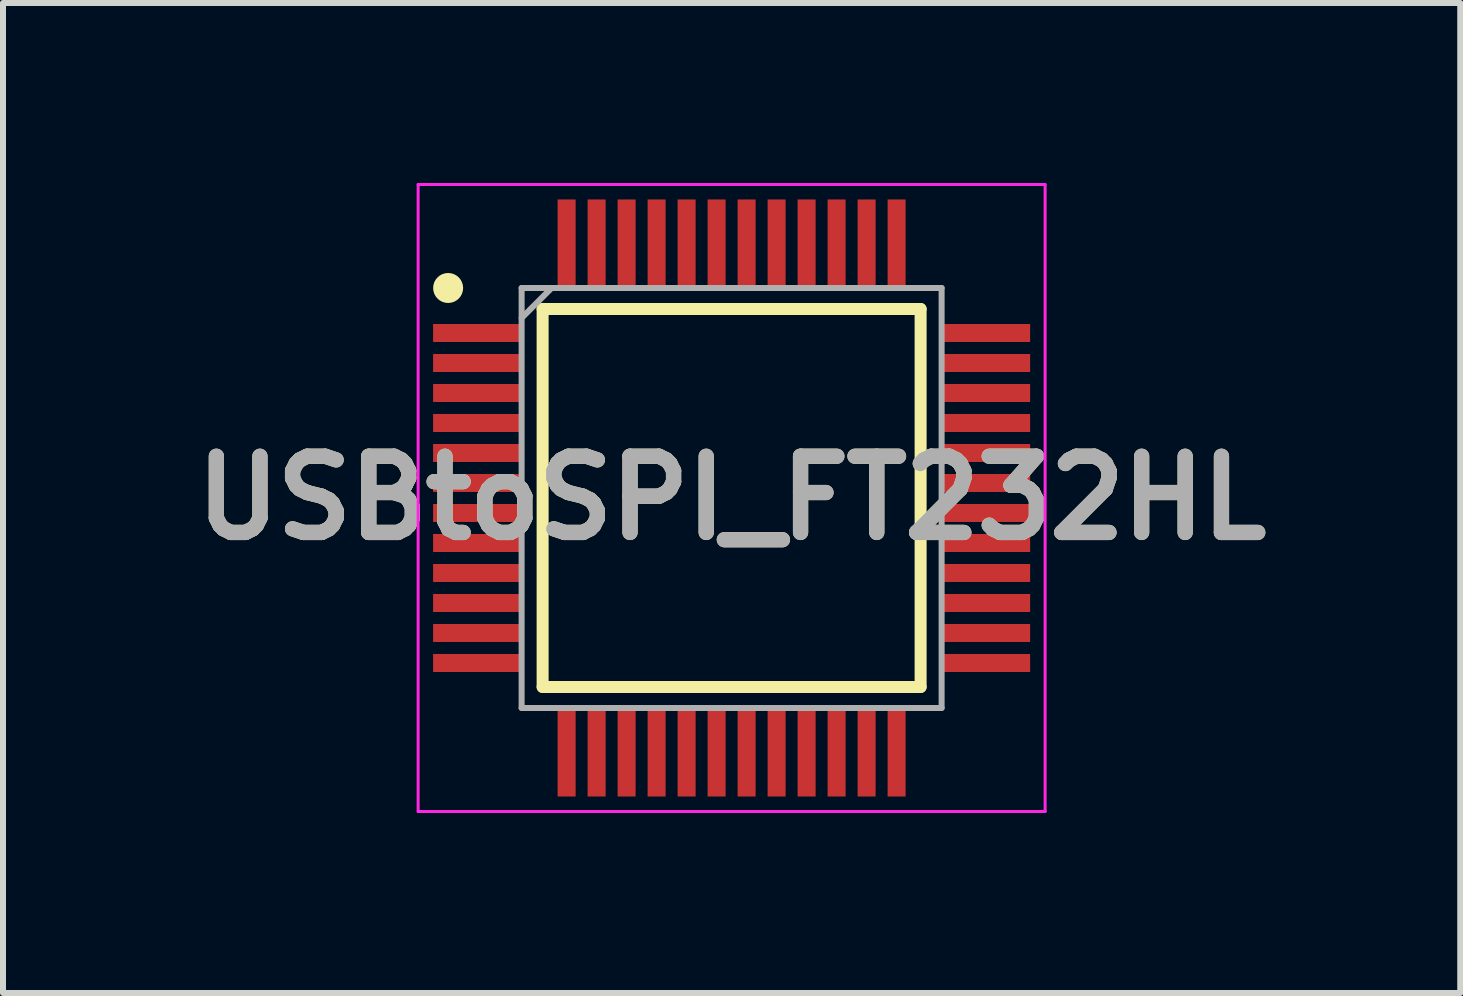
<source format=kicad_pcb>
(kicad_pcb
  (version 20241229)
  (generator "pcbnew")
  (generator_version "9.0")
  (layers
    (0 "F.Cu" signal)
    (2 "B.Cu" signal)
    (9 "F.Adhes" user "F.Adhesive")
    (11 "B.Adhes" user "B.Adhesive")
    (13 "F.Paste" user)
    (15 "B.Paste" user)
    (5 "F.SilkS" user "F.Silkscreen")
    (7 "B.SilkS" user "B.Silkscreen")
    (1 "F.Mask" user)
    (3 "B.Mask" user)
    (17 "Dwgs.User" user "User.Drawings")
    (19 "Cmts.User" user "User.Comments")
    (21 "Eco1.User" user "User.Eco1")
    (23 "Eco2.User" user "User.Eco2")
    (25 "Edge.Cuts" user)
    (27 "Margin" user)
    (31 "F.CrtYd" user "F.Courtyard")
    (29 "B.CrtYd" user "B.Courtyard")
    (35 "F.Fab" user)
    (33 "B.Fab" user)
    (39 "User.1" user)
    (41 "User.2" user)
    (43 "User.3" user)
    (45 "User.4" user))
  (footprint "USBtoSPI_FT232HL"
    (layer "F.Cu")
    (at 9.144 5.25)
    (property "Reference" "USBtoSPI_FT232HL" (at 0 0 0) (layer "F.SilkS") (effects (font (size 1.27 1.27) (thickness 0.254))))
    (attr smd)
    (fp_line (start -3.15 -3.15) (end 3.15 -3.15) (stroke (width 0.2) (type solid)) (layer "F.SilkS"))
    (fp_line (start -3.15 3.15) (end -3.15 -3.15) (stroke (width 0.2) (type solid)) (layer "F.SilkS"))
    (fp_line (start 3.15 -3.15) (end 3.15 3.15) (stroke (width 0.2) (type solid)) (layer "F.SilkS"))
    (fp_line (start 3.15 3.15) (end -3.15 3.15) (stroke (width 0.2) (type solid)) (layer "F.SilkS"))
    (fp_circle (center -4.725 -3.5) (end -4.725 -3.375) (stroke (width 0.25) (type solid)) (fill no) (layer "F.SilkS"))
    (fp_line (start -5.225 -5.225) (end 5.225 -5.225) (stroke (width 0.05) (type solid)) (layer "F.CrtYd"))
    (fp_line (start -5.225 5.225) (end -5.225 -5.225) (stroke (width 0.05) (type solid)) (layer "F.CrtYd"))
    (fp_line (start 5.225 -5.225) (end 5.225 5.225) (stroke (width 0.05) (type solid)) (layer "F.CrtYd"))
    (fp_line (start 5.225 5.225) (end -5.225 5.225) (stroke (width 0.05) (type solid)) (layer "F.CrtYd"))
    (fp_line (start -3.5 -3.5) (end 3.5 -3.5) (stroke (width 0.1) (type solid)) (layer "F.Fab"))
    (fp_line (start -3.5 -3) (end -3 -3.5) (stroke (width 0.1) (type solid)) (layer "F.Fab"))
    (fp_line (start -3.5 3.5) (end -3.5 -3.5) (stroke (width 0.1) (type solid)) (layer "F.Fab"))
    (fp_line (start 3.5 -3.5) (end 3.5 3.5) (stroke (width 0.1) (type solid)) (layer "F.Fab"))
    (fp_line (start 3.5 3.5) (end -3.5 3.5) (stroke (width 0.1) (type solid)) (layer "F.Fab"))
    (fp_text user "${REFERENCE}" (at 0 0 0) (layer "F.Fab") (effects (font (size 1.27 1.27) (thickness 0.254))))
    (pad "1" smd rect (at -4.238 -2.75 90) (size 0.3 1.475) (layers "F.Cu" "F.Mask" "F.Paste"))
    (pad "2" smd rect (at -4.238 -2.25 90) (size 0.3 1.475) (layers "F.Cu" "F.Mask" "F.Paste"))
    (pad "3" smd rect (at -4.238 -1.75 90) (size 0.3 1.475) (layers "F.Cu" "F.Mask" "F.Paste"))
    (pad "4" smd rect (at -4.238 -1.25 90) (size 0.3 1.475) (layers "F.Cu" "F.Mask" "F.Paste"))
    (pad "5" smd rect (at -4.238 -0.75 90) (size 0.3 1.475) (layers "F.Cu" "F.Mask" "F.Paste"))
    (pad "6" smd rect (at -4.238 -0.25 90) (size 0.3 1.475) (layers "F.Cu" "F.Mask" "F.Paste"))
    (pad "7" smd rect (at -4.238 0.25 90) (size 0.3 1.475) (layers "F.Cu" "F.Mask" "F.Paste"))
    (pad "8" smd rect (at -4.238 0.75 90) (size 0.3 1.475) (layers "F.Cu" "F.Mask" "F.Paste"))
    (pad "9" smd rect (at -4.238 1.25 90) (size 0.3 1.475) (layers "F.Cu" "F.Mask" "F.Paste"))
    (pad "10" smd rect (at -4.238 1.75 90) (size 0.3 1.475) (layers "F.Cu" "F.Mask" "F.Paste"))
    (pad "11" smd rect (at -4.238 2.25 90) (size 0.3 1.475) (layers "F.Cu" "F.Mask" "F.Paste"))
    (pad "12" smd rect (at -4.238 2.75 90) (size 0.3 1.475) (layers "F.Cu" "F.Mask" "F.Paste"))
    (pad "13" smd rect (at -2.75 4.238) (size 0.3 1.475) (layers "F.Cu" "F.Mask" "F.Paste"))
    (pad "14" smd rect (at -2.25 4.238) (size 0.3 1.475) (layers "F.Cu" "F.Mask" "F.Paste"))
    (pad "15" smd rect (at -1.75 4.238) (size 0.3 1.475) (layers "F.Cu" "F.Mask" "F.Paste"))
    (pad "16" smd rect (at -1.25 4.238) (size 0.3 1.475) (layers "F.Cu" "F.Mask" "F.Paste"))
    (pad "17" smd rect (at -0.75 4.238) (size 0.3 1.475) (layers "F.Cu" "F.Mask" "F.Paste"))
    (pad "18" smd rect (at -0.25 4.238) (size 0.3 1.475) (layers "F.Cu" "F.Mask" "F.Paste"))
    (pad "19" smd rect (at 0.25 4.238) (size 0.3 1.475) (layers "F.Cu" "F.Mask" "F.Paste"))
    (pad "20" smd rect (at 0.75 4.238) (size 0.3 1.475) (layers "F.Cu" "F.Mask" "F.Paste"))
    (pad "21" smd rect (at 1.25 4.238) (size 0.3 1.475) (layers "F.Cu" "F.Mask" "F.Paste"))
    (pad "22" smd rect (at 1.75 4.238) (size 0.3 1.475) (layers "F.Cu" "F.Mask" "F.Paste"))
    (pad "23" smd rect (at 2.25 4.238) (size 0.3 1.475) (layers "F.Cu" "F.Mask" "F.Paste"))
    (pad "24" smd rect (at 2.75 4.238) (size 0.3 1.475) (layers "F.Cu" "F.Mask" "F.Paste"))
    (pad "25" smd rect (at 4.238 2.75 90) (size 0.3 1.475) (layers "F.Cu" "F.Mask" "F.Paste"))
    (pad "26" smd rect (at 4.238 2.25 90) (size 0.3 1.475) (layers "F.Cu" "F.Mask" "F.Paste"))
    (pad "27" smd rect (at 4.238 1.75 90) (size 0.3 1.475) (layers "F.Cu" "F.Mask" "F.Paste"))
    (pad "28" smd rect (at 4.238 1.25 90) (size 0.3 1.475) (layers "F.Cu" "F.Mask" "F.Paste"))
    (pad "29" smd rect (at 4.238 0.75 90) (size 0.3 1.475) (layers "F.Cu" "F.Mask" "F.Paste"))
    (pad "30" smd rect (at 4.238 0.25 90) (size 0.3 1.475) (layers "F.Cu" "F.Mask" "F.Paste"))
    (pad "31" smd rect (at 4.238 -0.25 90) (size 0.3 1.475) (layers "F.Cu" "F.Mask" "F.Paste"))
    (pad "32" smd rect (at 4.238 -0.75 90) (size 0.3 1.475) (layers "F.Cu" "F.Mask" "F.Paste"))
    (pad "33" smd rect (at 4.238 -1.25 90) (size 0.3 1.475) (layers "F.Cu" "F.Mask" "F.Paste"))
    (pad "34" smd rect (at 4.238 -1.75 90) (size 0.3 1.475) (layers "F.Cu" "F.Mask" "F.Paste"))
    (pad "35" smd rect (at 4.238 -2.25 90) (size 0.3 1.475) (layers "F.Cu" "F.Mask" "F.Paste"))
    (pad "36" smd rect (at 4.238 -2.75 90) (size 0.3 1.475) (layers "F.Cu" "F.Mask" "F.Paste"))
    (pad "37" smd rect (at 2.75 -4.238) (size 0.3 1.475) (layers "F.Cu" "F.Mask" "F.Paste"))
    (pad "38" smd rect (at 2.25 -4.238) (size 0.3 1.475) (layers "F.Cu" "F.Mask" "F.Paste"))
    (pad "39" smd rect (at 1.75 -4.238) (size 0.3 1.475) (layers "F.Cu" "F.Mask" "F.Paste"))
    (pad "40" smd rect (at 1.25 -4.238) (size 0.3 1.475) (layers "F.Cu" "F.Mask" "F.Paste"))
    (pad "41" smd rect (at 0.75 -4.238) (size 0.3 1.475) (layers "F.Cu" "F.Mask" "F.Paste"))
    (pad "42" smd rect (at 0.25 -4.238) (size 0.3 1.475) (layers "F.Cu" "F.Mask" "F.Paste"))
    (pad "43" smd rect (at -0.25 -4.238) (size 0.3 1.475) (layers "F.Cu" "F.Mask" "F.Paste"))
    (pad "44" smd rect (at -0.75 -4.238) (size 0.3 1.475) (layers "F.Cu" "F.Mask" "F.Paste"))
    (pad "45" smd rect (at -1.25 -4.238) (size 0.3 1.475) (layers "F.Cu" "F.Mask" "F.Paste"))
    (pad "46" smd rect (at -1.75 -4.238) (size 0.3 1.475) (layers "F.Cu" "F.Mask" "F.Paste"))
    (pad "47" smd rect (at -2.25 -4.238) (size 0.3 1.475) (layers "F.Cu" "F.Mask" "F.Paste"))
    (pad "48" smd rect (at -2.75 -4.238) (size 0.3 1.475) (layers "F.Cu" "F.Mask" "F.Paste")))
  (gr_rect
    (start -3 -3)
    (end 21.288 13.5)
    (stroke (width 0.1) (type default))
    (fill no)
    (layer "Edge.Cuts")))
</source>
